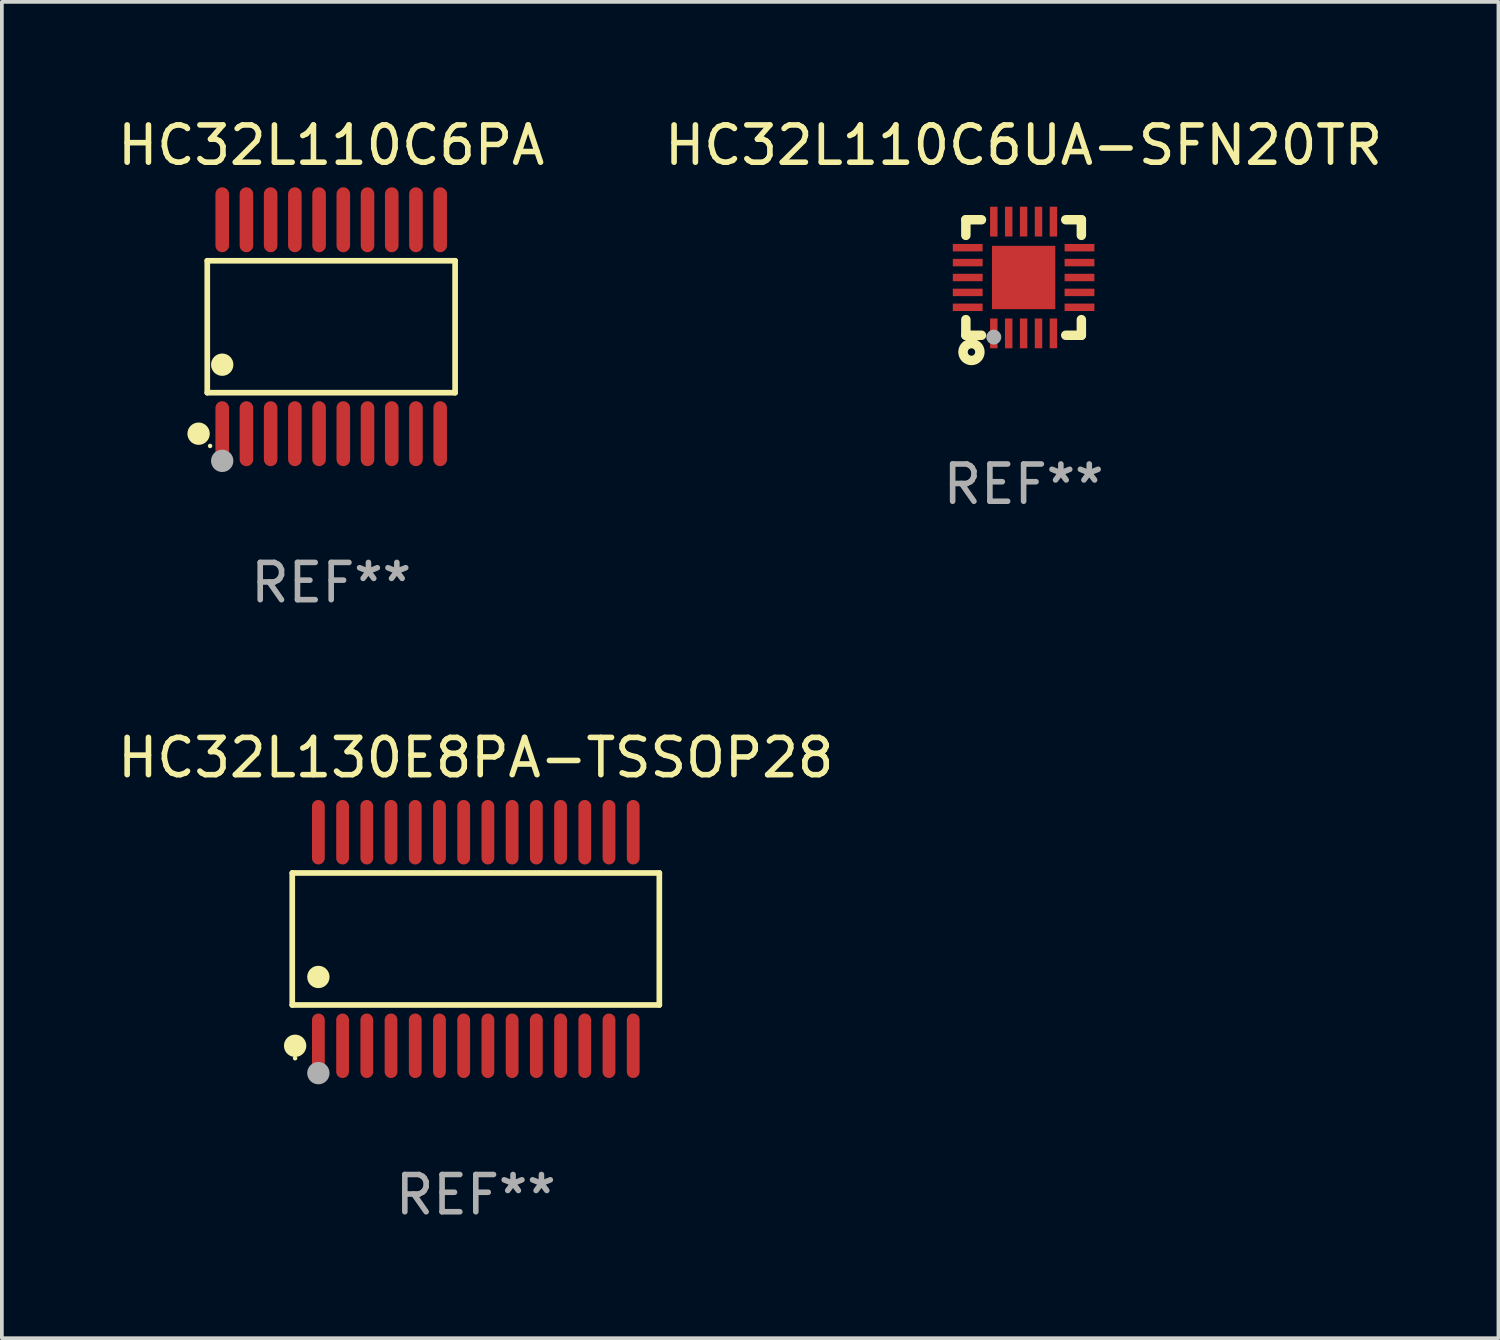
<source format=kicad_pcb>
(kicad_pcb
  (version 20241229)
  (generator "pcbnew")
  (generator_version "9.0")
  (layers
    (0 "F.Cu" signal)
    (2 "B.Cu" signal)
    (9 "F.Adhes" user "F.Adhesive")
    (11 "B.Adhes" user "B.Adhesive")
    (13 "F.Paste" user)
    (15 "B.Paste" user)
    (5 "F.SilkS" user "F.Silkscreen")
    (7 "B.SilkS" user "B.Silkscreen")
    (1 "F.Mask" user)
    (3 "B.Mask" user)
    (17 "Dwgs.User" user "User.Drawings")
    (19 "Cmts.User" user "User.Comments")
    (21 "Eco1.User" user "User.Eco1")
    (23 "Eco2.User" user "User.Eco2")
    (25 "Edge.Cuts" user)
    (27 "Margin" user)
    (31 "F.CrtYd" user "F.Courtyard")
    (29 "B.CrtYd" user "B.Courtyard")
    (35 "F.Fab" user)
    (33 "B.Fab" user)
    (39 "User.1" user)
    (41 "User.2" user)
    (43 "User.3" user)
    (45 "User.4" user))
  (footprint "HC32L110C6PA"
    (layer "F.Cu")
    (at 5.839 5.719)
    (property "Reference" "HC32L110C6PA" (at 0 -4.871 0) (layer "F.SilkS") (effects (font (size 1 1) (thickness 0.15))))
    (attr through_hole)
    (fp_line (start -3.326 -1.771) (end 3.326 -1.771) (stroke (width 0.152) (type solid)) (layer "F.SilkS"))
    (fp_line (start -3.326 1.771) (end -3.326 -1.771) (stroke (width 0.152) (type solid)) (layer "F.SilkS"))
    (fp_line (start 3.326 -1.771) (end 3.326 1.771) (stroke (width 0.152) (type solid)) (layer "F.SilkS"))
    (fp_line (start 3.326 1.771) (end -3.326 1.771) (stroke (width 0.152) (type solid)) (layer "F.SilkS"))
    (fp_circle (center -3.559 2.871) (end -3.409 2.871) (stroke (width 0.3) (type solid)) (fill no) (layer "F.SilkS"))
    (fp_circle (center -3.25 3.2) (end -3.22 3.2) (stroke (width 0.06) (type solid)) (fill no) (layer "F.SilkS"))
    (fp_circle (center -2.925 1.019) (end -2.775 1.019) (stroke (width 0.3) (type solid)) (fill no) (layer "F.SilkS"))
    (fp_circle (center -2.925 3.6) (end -2.775 3.6) (stroke (width 0.3) (type solid)) (fill no) (layer "F.Fab"))
    (fp_text user "REF**" (at 0 6.871 0) (layer "F.Fab") (effects (font (size 1 1) (thickness 0.15))))
    (pad "1" smd oval (at -2.925 2.871) (size 0.364 1.742) (layers "F.Cu" "F.Mask" "F.Paste"))
    (pad "2" smd oval (at -2.275 2.871) (size 0.364 1.742) (layers "F.Cu" "F.Mask" "F.Paste"))
    (pad "3" smd oval (at -1.625 2.871) (size 0.364 1.742) (layers "F.Cu" "F.Mask" "F.Paste"))
    (pad "4" smd oval (at -0.975 2.871) (size 0.364 1.742) (layers "F.Cu" "F.Mask" "F.Paste"))
    (pad "5" smd oval (at -0.325 2.871) (size 0.364 1.742) (layers "F.Cu" "F.Mask" "F.Paste"))
    (pad "6" smd oval (at 0.325 2.871) (size 0.364 1.742) (layers "F.Cu" "F.Mask" "F.Paste"))
    (pad "7" smd oval (at 0.975 2.871) (size 0.364 1.742) (layers "F.Cu" "F.Mask" "F.Paste"))
    (pad "8" smd oval (at 1.625 2.871) (size 0.364 1.742) (layers "F.Cu" "F.Mask" "F.Paste"))
    (pad "9" smd oval (at 2.275 2.871) (size 0.364 1.742) (layers "F.Cu" "F.Mask" "F.Paste"))
    (pad "10" smd oval (at 2.925 2.871) (size 0.364 1.742) (layers "F.Cu" "F.Mask" "F.Paste"))
    (pad "11" smd oval (at 2.925 -2.871) (size 0.364 1.742) (layers "F.Cu" "F.Mask" "F.Paste"))
    (pad "12" smd oval (at 2.275 -2.871) (size 0.364 1.742) (layers "F.Cu" "F.Mask" "F.Paste"))
    (pad "13" smd oval (at 1.625 -2.871) (size 0.364 1.742) (layers "F.Cu" "F.Mask" "F.Paste"))
    (pad "14" smd oval (at 0.975 -2.871) (size 0.364 1.742) (layers "F.Cu" "F.Mask" "F.Paste"))
    (pad "15" smd oval (at 0.325 -2.871) (size 0.364 1.742) (layers "F.Cu" "F.Mask" "F.Paste"))
    (pad "16" smd oval (at -0.325 -2.871) (size 0.364 1.742) (layers "F.Cu" "F.Mask" "F.Paste"))
    (pad "17" smd oval (at -0.975 -2.871) (size 0.364 1.742) (layers "F.Cu" "F.Mask" "F.Paste"))
    (pad "18" smd oval (at -1.625 -2.871) (size 0.364 1.742) (layers "F.Cu" "F.Mask" "F.Paste"))
    (pad "19" smd oval (at -2.275 -2.871) (size 0.364 1.742) (layers "F.Cu" "F.Mask" "F.Paste"))
    (pad "20" smd oval (at -2.925 -2.871) (size 0.364 1.742) (layers "F.Cu" "F.Mask" "F.Paste")))
  (footprint "HC32L130E8PA-TSSOP28"
    (layer "F.Cu")
    (at 9.72 22.152)
    (property "Reference" "HC32L130E8PA-TSSOP28" (at 0 -4.866 0) (layer "F.SilkS") (effects (font (size 1 1) (thickness 0.15))))
    (attr through_hole)
    (fp_line (start -4.926 -1.772) (end 4.926 -1.772) (stroke (width 0.152) (type solid)) (layer "F.SilkS"))
    (fp_line (start -4.926 1.771) (end -4.926 -1.772) (stroke (width 0.152) (type solid)) (layer "F.SilkS"))
    (fp_line (start 4.926 -1.772) (end 4.926 1.771) (stroke (width 0.152) (type solid)) (layer "F.SilkS"))
    (fp_line (start 4.926 1.771) (end -4.926 1.771) (stroke (width 0.152) (type solid)) (layer "F.SilkS"))
    (fp_circle (center -4.85 3.2) (end -4.82 3.2) (stroke (width 0.06) (type solid)) (fill no) (layer "F.SilkS"))
    (fp_circle (center -4.849 2.866) (end -4.699 2.866) (stroke (width 0.3) (type solid)) (fill no) (layer "F.SilkS"))
    (fp_circle (center -4.225 1.019) (end -4.075 1.019) (stroke (width 0.3) (type solid)) (fill no) (layer "F.SilkS"))
    (fp_circle (center -4.225 3.6) (end -4.075 3.6) (stroke (width 0.3) (type solid)) (fill no) (layer "F.Fab"))
    (fp_text user "REF**" (at 0 6.866 0) (layer "F.Fab") (effects (font (size 1 1) (thickness 0.15))))
    (pad "1" smd oval (at -4.225 2.866) (size 0.343 1.731) (layers "F.Cu" "F.Mask" "F.Paste"))
    (pad "2" smd oval (at -3.575 2.866) (size 0.343 1.731) (layers "F.Cu" "F.Mask" "F.Paste"))
    (pad "3" smd oval (at -2.925 2.866) (size 0.343 1.731) (layers "F.Cu" "F.Mask" "F.Paste"))
    (pad "4" smd oval (at -2.275 2.866) (size 0.343 1.731) (layers "F.Cu" "F.Mask" "F.Paste"))
    (pad "5" smd oval (at -1.625 2.866) (size 0.343 1.731) (layers "F.Cu" "F.Mask" "F.Paste"))
    (pad "6" smd oval (at -0.975 2.866) (size 0.343 1.731) (layers "F.Cu" "F.Mask" "F.Paste"))
    (pad "7" smd oval (at -0.325 2.866) (size 0.343 1.731) (layers "F.Cu" "F.Mask" "F.Paste"))
    (pad "8" smd oval (at 0.325 2.866) (size 0.343 1.731) (layers "F.Cu" "F.Mask" "F.Paste"))
    (pad "9" smd oval (at 0.975 2.866) (size 0.343 1.731) (layers "F.Cu" "F.Mask" "F.Paste"))
    (pad "10" smd oval (at 1.625 2.866) (size 0.343 1.731) (layers "F.Cu" "F.Mask" "F.Paste"))
    (pad "11" smd oval (at 2.275 2.866) (size 0.343 1.731) (layers "F.Cu" "F.Mask" "F.Paste"))
    (pad "12" smd oval (at 2.925 2.866) (size 0.343 1.731) (layers "F.Cu" "F.Mask" "F.Paste"))
    (pad "13" smd oval (at 3.575 2.866) (size 0.343 1.731) (layers "F.Cu" "F.Mask" "F.Paste"))
    (pad "14" smd oval (at 4.225 2.866) (size 0.343 1.731) (layers "F.Cu" "F.Mask" "F.Paste"))
    (pad "15" smd oval (at 4.225 -2.866) (size 0.343 1.731) (layers "F.Cu" "F.Mask" "F.Paste"))
    (pad "16" smd oval (at 3.575 -2.866) (size 0.343 1.731) (layers "F.Cu" "F.Mask" "F.Paste"))
    (pad "17" smd oval (at 2.925 -2.866) (size 0.343 1.731) (layers "F.Cu" "F.Mask" "F.Paste"))
    (pad "18" smd oval (at 2.275 -2.866) (size 0.343 1.731) (layers "F.Cu" "F.Mask" "F.Paste"))
    (pad "19" smd oval (at 1.625 -2.866) (size 0.343 1.731) (layers "F.Cu" "F.Mask" "F.Paste"))
    (pad "20" smd oval (at 0.975 -2.866) (size 0.343 1.731) (layers "F.Cu" "F.Mask" "F.Paste"))
    (pad "21" smd oval (at 0.325 -2.866) (size 0.343 1.731) (layers "F.Cu" "F.Mask" "F.Paste"))
    (pad "22" smd oval (at -0.325 -2.866) (size 0.343 1.731) (layers "F.Cu" "F.Mask" "F.Paste"))
    (pad "23" smd oval (at -0.975 -2.866) (size 0.343 1.731) (layers "F.Cu" "F.Mask" "F.Paste"))
    (pad "24" smd oval (at -1.625 -2.866) (size 0.343 1.731) (layers "F.Cu" "F.Mask" "F.Paste"))
    (pad "25" smd oval (at -2.275 -2.866) (size 0.343 1.731) (layers "F.Cu" "F.Mask" "F.Paste"))
    (pad "26" smd oval (at -2.925 -2.866) (size 0.343 1.731) (layers "F.Cu" "F.Mask" "F.Paste"))
    (pad "27" smd oval (at -3.575 -2.866) (size 0.343 1.731) (layers "F.Cu" "F.Mask" "F.Paste"))
    (pad "28" smd oval (at -4.225 -2.866) (size 0.343 1.731) (layers "F.Cu" "F.Mask" "F.Paste")))
  (footprint "HC32L110C6UA-SFN20TR"
    (layer "F.Cu")
    (at 24.423 4.398)
    (property "Reference" "HC32L110C6UA-SFN20TR" (at 0 -3.55 0) (layer "F.SilkS") (effects (font (size 1 1) (thickness 0.15))))
    (attr through_hole)
    (fp_line (start -1.55 -1.131) (end -1.55 -1.55) (stroke (width 0.254) (type solid)) (layer "F.SilkS"))
    (fp_line (start -1.55 1.55) (end -1.55 1.131) (stroke (width 0.254) (type solid)) (layer "F.SilkS"))
    (fp_line (start -1.55 1.55) (end -1.131 1.55) (stroke (width 0.254) (type solid)) (layer "F.SilkS"))
    (fp_line (start -1.131 -1.55) (end -1.55 -1.55) (stroke (width 0.254) (type solid)) (layer "F.SilkS"))
    (fp_line (start 1.131 1.55) (end 1.55 1.55) (stroke (width 0.254) (type solid)) (layer "F.SilkS"))
    (fp_line (start 1.55 -1.55) (end 1.131 -1.55) (stroke (width 0.254) (type solid)) (layer "F.SilkS"))
    (fp_line (start 1.55 -1.55) (end 1.55 -1.131) (stroke (width 0.254) (type solid)) (layer "F.SilkS"))
    (fp_line (start 1.55 1.131) (end 1.55 1.55) (stroke (width 0.254) (type solid)) (layer "F.SilkS"))
    (fp_circle (center -1.5 1.5) (end -1.47 1.5) (stroke (width 0.06) (type solid)) (fill no) (layer "F.SilkS"))
    (fp_circle (center -1.4 2) (end -1.3 2) (stroke (width 0.254) (type solid)) (fill no) (layer "F.SilkS"))
    (fp_circle (center -0.8 1.6) (end -0.7 1.6) (stroke (width 0.2) (type solid)) (fill no) (layer "F.Fab"))
    (fp_text user "REF**" (at 0 5.55 0) (layer "F.Fab") (effects (font (size 1 1) (thickness 0.15))))
    (pad "1" smd rect (at -0.8 1.5 180) (size 0.2 0.8) (layers "F.Cu" "F.Mask" "F.Paste"))
    (pad "2" smd rect (at -0.4 1.5 180) (size 0.2 0.8) (layers "F.Cu" "F.Mask" "F.Paste"))
    (pad "3" smd rect (at 0 1.5 180) (size 0.2 0.8) (layers "F.Cu" "F.Mask" "F.Paste"))
    (pad "4" smd rect (at 0.4 1.5 180) (size 0.2 0.8) (layers "F.Cu" "F.Mask" "F.Paste"))
    (pad "5" smd rect (at 0.8 1.5 180) (size 0.2 0.8) (layers "F.Cu" "F.Mask" "F.Paste"))
    (pad "6" smd rect (at 1.5 0.8 90) (size 0.2 0.8) (layers "F.Cu" "F.Mask" "F.Paste"))
    (pad "7" smd rect (at 1.5 0.4 90) (size 0.2 0.8) (layers "F.Cu" "F.Mask" "F.Paste"))
    (pad "8" smd rect (at 1.5 0 90) (size 0.2 0.8) (layers "F.Cu" "F.Mask" "F.Paste"))
    (pad "9" smd rect (at 1.5 -0.4 90) (size 0.2 0.8) (layers "F.Cu" "F.Mask" "F.Paste"))
    (pad "10" smd rect (at 1.5 -0.8 90) (size 0.2 0.8) (layers "F.Cu" "F.Mask" "F.Paste"))
    (pad "11" smd rect (at 0.8 -1.5 180) (size 0.2 0.8) (layers "F.Cu" "F.Mask" "F.Paste"))
    (pad "12" smd rect (at 0.4 -1.5 180) (size 0.2 0.8) (layers "F.Cu" "F.Mask" "F.Paste"))
    (pad "13" smd rect (at 0 -1.5 180) (size 0.2 0.8) (layers "F.Cu" "F.Mask" "F.Paste"))
    (pad "14" smd rect (at -0.4 -1.5 180) (size 0.2 0.8) (layers "F.Cu" "F.Mask" "F.Paste"))
    (pad "15" smd rect (at -0.8 -1.5 180) (size 0.2 0.8) (layers "F.Cu" "F.Mask" "F.Paste"))
    (pad "16" smd rect (at -1.5 -0.8 270) (size 0.2 0.8) (layers "F.Cu" "F.Mask" "F.Paste"))
    (pad "17" smd rect (at -1.5 -0.4 270) (size 0.2 0.8) (layers "F.Cu" "F.Mask" "F.Paste"))
    (pad "18" smd rect (at -1.5 -0.000254 270) (size 0.2 0.8) (layers "F.Cu" "F.Mask" "F.Paste"))
    (pad "19" smd rect (at -1.5 0.4 270) (size 0.2 0.8) (layers "F.Cu" "F.Mask" "F.Paste"))
    (pad "20" smd rect (at -1.5 0.8 270) (size 0.2 0.8) (layers "F.Cu" "F.Mask" "F.Paste"))
    (pad "21" smd rect (at 0 0 270) (size 1.7 1.7) (layers "F.Cu" "F.Mask" "F.Paste")))
  (gr_rect
    (start -3 -3)
    (end 37.167 32.866)
    (stroke (width 0.1) (type default))
    (fill no)
    (layer "Edge.Cuts")))
</source>
